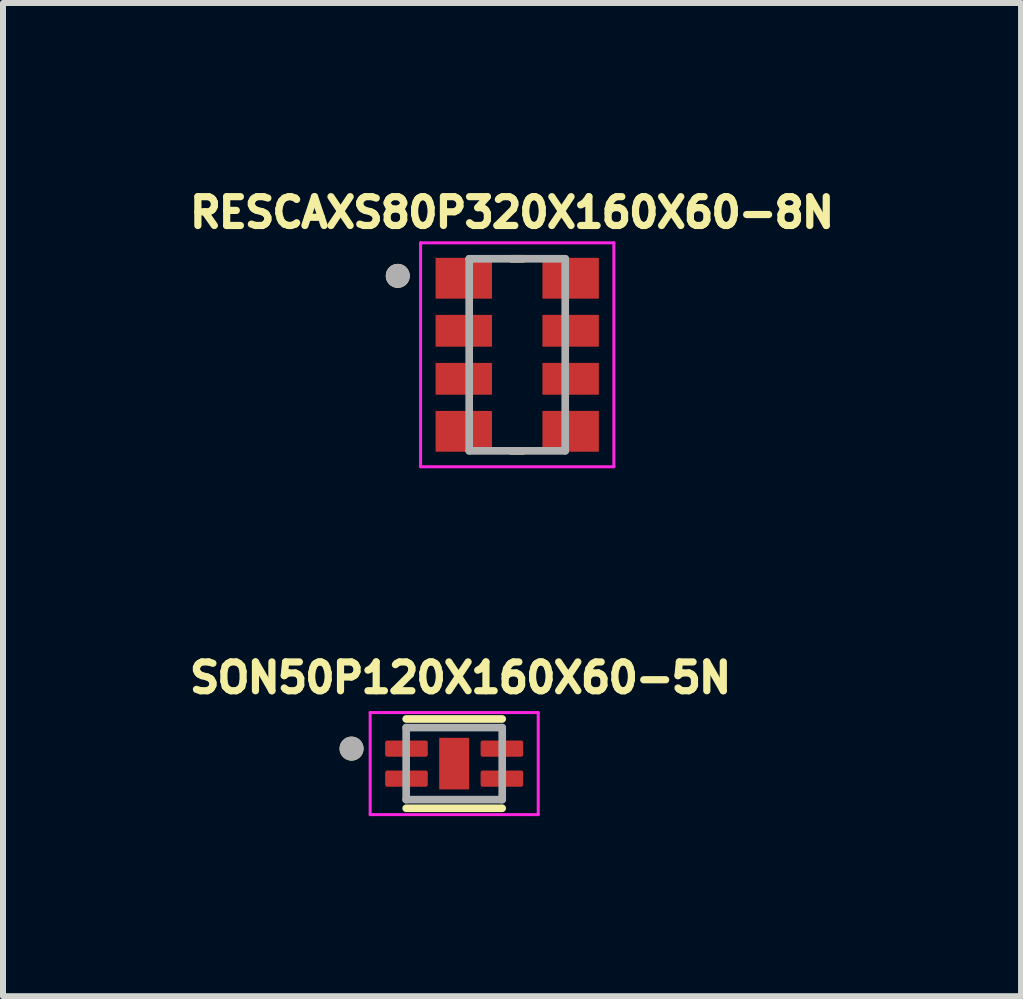
<source format=kicad_pcb>
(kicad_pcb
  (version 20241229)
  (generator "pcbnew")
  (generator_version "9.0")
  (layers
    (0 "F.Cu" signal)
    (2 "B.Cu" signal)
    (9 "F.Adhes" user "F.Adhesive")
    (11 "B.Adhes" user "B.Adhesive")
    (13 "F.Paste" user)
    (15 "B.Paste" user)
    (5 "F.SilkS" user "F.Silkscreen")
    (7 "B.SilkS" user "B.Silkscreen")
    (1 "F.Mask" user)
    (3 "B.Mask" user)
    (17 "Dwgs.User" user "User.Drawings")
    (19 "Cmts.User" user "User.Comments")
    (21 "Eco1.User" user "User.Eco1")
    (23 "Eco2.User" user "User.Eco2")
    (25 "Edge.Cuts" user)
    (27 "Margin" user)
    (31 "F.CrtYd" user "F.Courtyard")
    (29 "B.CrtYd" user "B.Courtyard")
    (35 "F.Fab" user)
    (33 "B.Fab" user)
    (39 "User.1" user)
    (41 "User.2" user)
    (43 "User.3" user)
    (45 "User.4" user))
  (footprint "SON50P120X160X60-5N"
    (layer "F.Cu")
    (at 4.517 9.672)
    (property "Reference" "SON50P120X160X60-5N" (at 0.106 -1.43 0) (layer "F.SilkS") (effects (font (size 0.48 0.48) (thickness 0.15))))
    (attr smd)
    (fp_line (start 0.8 -0.744) (end -0.8 -0.744) (stroke (width 0.127) (type solid)) (layer "F.SilkS"))
    (fp_line (start 0.8 0.744) (end -0.8 0.744) (stroke (width 0.127) (type solid)) (layer "F.SilkS"))
    (fp_circle (center -1.71 -0.25) (end -1.61 -0.25) (stroke (width 0.2) (type solid)) (fill no) (layer "F.SilkS"))
    (fp_poly (pts (xy -0.16 -0.27) (xy 0.16 -0.27) (xy 0.16 0.27) (xy -0.16 0.27)) (stroke (width 0.01) (type solid)) (fill yes) (layer "F.Paste"))
    (fp_line (start -1.4 -0.85) (end 1.4 -0.85) (stroke (width 0.05) (type solid)) (layer "F.CrtYd"))
    (fp_line (start -1.4 0.85) (end -1.4 -0.85) (stroke (width 0.05) (type solid)) (layer "F.CrtYd"))
    (fp_line (start -1.4 0.85) (end 1.4 0.85) (stroke (width 0.05) (type solid)) (layer "F.CrtYd"))
    (fp_line (start 1.4 0.85) (end 1.4 -0.85) (stroke (width 0.05) (type solid)) (layer "F.CrtYd"))
    (fp_line (start -0.8 0.6) (end -0.8 -0.6) (stroke (width 0.127) (type solid)) (layer "F.Fab"))
    (fp_line (start 0.8 -0.6) (end -0.8 -0.6) (stroke (width 0.127) (type solid)) (layer "F.Fab"))
    (fp_line (start 0.8 0.6) (end -0.8 0.6) (stroke (width 0.127) (type solid)) (layer "F.Fab"))
    (fp_line (start 0.8 0.6) (end 0.8 -0.6) (stroke (width 0.127) (type solid)) (layer "F.Fab"))
    (fp_circle (center -1.71 -0.25) (end -1.61 -0.25) (stroke (width 0.2) (type solid)) (fill no) (layer "F.Fab"))
    (pad "1" smd roundrect (at -0.795 -0.25) (size 0.71 0.27) (layers "F.Cu" "F.Mask" "F.Paste") (roundrect_rratio 0.125))
    (pad "2" smd roundrect (at -0.795 0.25) (size 0.71 0.27) (layers "F.Cu" "F.Mask" "F.Paste") (roundrect_rratio 0.125))
    (pad "3" smd roundrect (at 0.795 0.25) (size 0.71 0.27) (layers "F.Cu" "F.Mask" "F.Paste") (roundrect_rratio 0.125))
    (pad "4" smd roundrect (at 0.795 -0.25) (size 0.71 0.27) (layers "F.Cu" "F.Mask" "F.Paste") (roundrect_rratio 0.125))
    (pad "5" smd rect (at 0 0) (size 0.5 0.86) (layers "F.Cu" "F.Mask")))
  (footprint "RESCAXS80P320X160X60-8N"
    (layer "F.Cu")
    (at 5.567 2.861)
    (property "Reference" "RESCAXS80P320X160X60-8N" (at -0.086 -2.37 0) (layer "F.SilkS") (effects (font (size 0.48 0.48) (thickness 0.15))))
    (attr smd)
    (fp_line (start -0.1 -1.6) (end 0.1 -1.6) (stroke (width 0.127) (type solid)) (layer "F.SilkS"))
    (fp_line (start 0.1 1.6) (end -0.1 1.6) (stroke (width 0.127) (type solid)) (layer "F.SilkS"))
    (fp_circle (center -1.99 -1.315) (end -1.89 -1.315) (stroke (width 0.2) (type solid)) (fill no) (layer "F.SilkS"))
    (fp_line (start -1.61 -1.865) (end -1.61 1.865) (stroke (width 0.05) (type solid)) (layer "F.CrtYd"))
    (fp_line (start -1.61 1.865) (end 1.61 1.865) (stroke (width 0.05) (type solid)) (layer "F.CrtYd"))
    (fp_line (start 1.61 -1.865) (end -1.61 -1.865) (stroke (width 0.05) (type solid)) (layer "F.CrtYd"))
    (fp_line (start 1.61 1.865) (end 1.61 -1.865) (stroke (width 0.05) (type solid)) (layer "F.CrtYd"))
    (fp_line (start -0.8 -1.6) (end 0.8 -1.6) (stroke (width 0.127) (type solid)) (layer "F.Fab"))
    (fp_line (start -0.8 1.6) (end -0.8 -1.6) (stroke (width 0.127) (type solid)) (layer "F.Fab"))
    (fp_line (start 0.8 -1.6) (end 0.8 1.6) (stroke (width 0.127) (type solid)) (layer "F.Fab"))
    (fp_line (start 0.8 1.6) (end -0.8 1.6) (stroke (width 0.127) (type solid)) (layer "F.Fab"))
    (fp_circle (center -1.99 -1.315) (end -1.89 -1.315) (stroke (width 0.2) (type solid)) (fill no) (layer "F.Fab"))
    (pad "1" smd rect (at -0.89 -1.275) (size 0.94 0.68) (layers "F.Cu" "F.Mask" "F.Paste"))
    (pad "2" smd rect (at -0.89 -0.4) (size 0.94 0.53) (layers "F.Cu" "F.Mask" "F.Paste"))
    (pad "3" smd rect (at -0.89 0.4) (size 0.94 0.53) (layers "F.Cu" "F.Mask" "F.Paste"))
    (pad "4" smd rect (at -0.89 1.275) (size 0.94 0.68) (layers "F.Cu" "F.Mask" "F.Paste"))
    (pad "5" smd rect (at 0.89 1.275) (size 0.94 0.68) (layers "F.Cu" "F.Mask" "F.Paste"))
    (pad "6" smd rect (at 0.89 0.4) (size 0.94 0.53) (layers "F.Cu" "F.Mask" "F.Paste"))
    (pad "7" smd rect (at 0.89 -0.4) (size 0.94 0.53) (layers "F.Cu" "F.Mask" "F.Paste"))
    (pad "8" smd rect (at 0.89 -1.275) (size 0.94 0.68) (layers "F.Cu" "F.Mask" "F.Paste")))
  (gr_rect
    (start -3 -3)
    (end 13.961 13.547)
    (stroke (width 0.1) (type default))
    (fill no)
    (layer "Edge.Cuts")))
</source>
